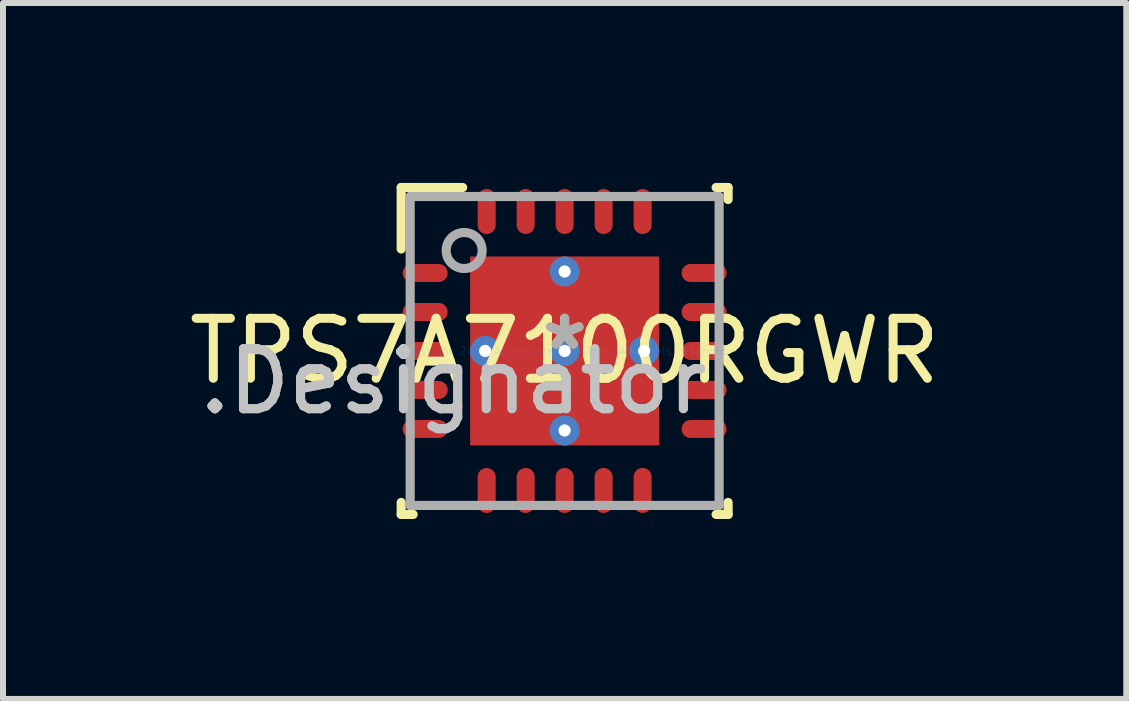
<source format=kicad_pcb>
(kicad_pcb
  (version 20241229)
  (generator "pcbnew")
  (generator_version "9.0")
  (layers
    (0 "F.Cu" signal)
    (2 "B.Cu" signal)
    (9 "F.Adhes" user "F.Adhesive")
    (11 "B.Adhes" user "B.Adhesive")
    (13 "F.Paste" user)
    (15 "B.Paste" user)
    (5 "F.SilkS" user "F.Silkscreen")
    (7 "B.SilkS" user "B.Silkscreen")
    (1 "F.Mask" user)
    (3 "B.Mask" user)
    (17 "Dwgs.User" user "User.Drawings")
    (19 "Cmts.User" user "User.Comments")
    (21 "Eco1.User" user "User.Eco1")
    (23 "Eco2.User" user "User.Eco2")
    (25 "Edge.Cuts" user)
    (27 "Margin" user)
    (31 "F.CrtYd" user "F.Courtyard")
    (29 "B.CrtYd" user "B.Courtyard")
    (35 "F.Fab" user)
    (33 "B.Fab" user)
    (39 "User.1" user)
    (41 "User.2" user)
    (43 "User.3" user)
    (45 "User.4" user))
  (footprint "TPS7A7100RGWR"
    (layer "F.Cu")
    (at 6.363 2.801)
    (property "Reference" "TPS7A7100RGWR" (at 0 0 0) (layer "F.SilkS") (effects (font (size 1 1) (thickness 0.15))))
    (attr through_hole)
    (fp_line (start -2.725 -2.725) (end -1.7 -2.725) (stroke (width 0.152) (type solid)) (layer "F.SilkS"))
    (fp_line (start -2.725 -1.7) (end -2.725 -2.725) (stroke (width 0.152) (type solid)) (layer "F.SilkS"))
    (fp_line (start -2.725 2.725) (end -2.725 2.525) (stroke (width 0.152) (type solid)) (layer "F.SilkS"))
    (fp_line (start -2.725 2.725) (end -2.525 2.725) (stroke (width 0.152) (type solid)) (layer "F.SilkS"))
    (fp_line (start 2.525 -2.725) (end 2.725 -2.725) (stroke (width 0.152) (type solid)) (layer "F.SilkS"))
    (fp_line (start 2.525 2.725) (end 2.725 2.725) (stroke (width 0.152) (type solid)) (layer "F.SilkS"))
    (fp_line (start 2.725 -2.525) (end 2.725 -2.725) (stroke (width 0.152) (type solid)) (layer "F.SilkS"))
    (fp_line (start 2.725 2.725) (end 2.725 2.525) (stroke (width 0.152) (type solid)) (layer "F.SilkS"))
    (fp_line (start -1.468 -1.468) (end -1.468 -0.1) (stroke (width 0.152) (type solid)) (layer "F.Paste"))
    (fp_line (start -1.468 -0.1) (end -0.1 -0.1) (stroke (width 0.152) (type solid)) (layer "F.Paste"))
    (fp_line (start -1.468 0.1) (end -1.468 1.468) (stroke (width 0.152) (type solid)) (layer "F.Paste"))
    (fp_line (start -1.468 1.468) (end -0.1 1.468) (stroke (width 0.152) (type solid)) (layer "F.Paste"))
    (fp_line (start -0.1 -1.468) (end -1.468 -1.468) (stroke (width 0.152) (type solid)) (layer "F.Paste"))
    (fp_line (start -0.1 -0.1) (end -0.1 -1.468) (stroke (width 0.152) (type solid)) (layer "F.Paste"))
    (fp_line (start -0.1 0.1) (end -1.468 0.1) (stroke (width 0.152) (type solid)) (layer "F.Paste"))
    (fp_line (start -0.1 1.468) (end -0.1 0.1) (stroke (width 0.152) (type solid)) (layer "F.Paste"))
    (fp_line (start 0.1 -1.468) (end 0.1 -0.1) (stroke (width 0.152) (type solid)) (layer "F.Paste"))
    (fp_line (start 0.1 -0.1) (end 1.468 -0.1) (stroke (width 0.152) (type solid)) (layer "F.Paste"))
    (fp_line (start 0.1 0.1) (end 0.1 1.468) (stroke (width 0.152) (type solid)) (layer "F.Paste"))
    (fp_line (start 0.1 1.468) (end 1.468 1.468) (stroke (width 0.152) (type solid)) (layer "F.Paste"))
    (fp_line (start 1.468 -1.468) (end 0.1 -1.468) (stroke (width 0.152) (type solid)) (layer "F.Paste"))
    (fp_line (start 1.468 -0.1) (end 1.468 -1.468) (stroke (width 0.152) (type solid)) (layer "F.Paste"))
    (fp_line (start 1.468 0.1) (end 0.1 0.1) (stroke (width 0.152) (type solid)) (layer "F.Paste"))
    (fp_line (start 1.468 1.468) (end 1.468 0.1) (stroke (width 0.152) (type solid)) (layer "F.Paste"))
    (fp_line (start -2.575 -2.575) (end 2.575 -2.575) (stroke (width 0.152) (type solid)) (layer "F.Fab"))
    (fp_line (start -2.575 2.575) (end -2.575 -2.575) (stroke (width 0.152) (type solid)) (layer "F.Fab"))
    (fp_line (start -2.575 2.575) (end 2.575 2.575) (stroke (width 0.152) (type solid)) (layer "F.Fab"))
    (fp_line (start 2.575 2.575) (end 2.575 -2.575) (stroke (width 0.152) (type solid)) (layer "F.Fab"))
    (fp_circle (center -1.675 -1.675) (end -1.375 -1.675) (stroke (width 0.152) (type solid)) (fill no) (layer "F.Fab"))
    (fp_text user "*" (at 0 0 0) (layer "F.SilkS") (effects (font (size 1 1) (thickness 0.15))))
    (fp_text user ".Designator" (at -1.854 0.508 0) (layer "Dwgs.User") (effects (font (size 1 1) (thickness 0.15))))
    (fp_text user "Copyright 2016 Accelerated Designs. All rights reserved." (at 0 0 0) (layer "Cmts.User") (effects (font (size 0.127 0.127) (thickness 0.002))))
    (fp_text user "*" (at 0 0 0) (layer "F.Fab") (effects (font (size 1 1) (thickness 0.15))))
    (fp_text user ".Designator" (at -1.854 0.508 0) (layer "F.Fab") (effects (font (size 1 1) (thickness 0.15))))
    (pad "1" smd oval (at -2.325 -1.3 90) (size 0.3 0.75) (layers "F.Cu" "F.Mask" "F.Paste"))
    (pad "2" smd oval (at -2.325 -0.65 90) (size 0.3 0.75) (layers "F.Cu" "F.Mask" "F.Paste"))
    (pad "3" smd oval (at -2.325 0 90) (size 0.3 0.75) (layers "F.Cu" "F.Mask" "F.Paste"))
    (pad "4" smd oval (at -2.325 0.65 90) (size 0.3 0.75) (layers "F.Cu" "F.Mask" "F.Paste"))
    (pad "5" smd oval (at -2.325 1.3 90) (size 0.3 0.75) (layers "F.Cu" "F.Mask" "F.Paste"))
    (pad "6" smd oval (at -1.3 2.325) (size 0.3 0.75) (layers "F.Cu" "F.Mask" "F.Paste"))
    (pad "7" smd oval (at -0.65 2.325) (size 0.3 0.75) (layers "F.Cu" "F.Mask" "F.Paste"))
    (pad "8" smd oval (at 0 2.325) (size 0.3 0.75) (layers "F.Cu" "F.Mask" "F.Paste"))
    (pad "9" smd oval (at 0.65 2.325) (size 0.3 0.75) (layers "F.Cu" "F.Mask" "F.Paste"))
    (pad "10" smd oval (at 1.3 2.325) (size 0.3 0.75) (layers "F.Cu" "F.Mask" "F.Paste"))
    (pad "11" smd oval (at 2.325 1.3 90) (size 0.3 0.75) (layers "F.Cu" "F.Mask" "F.Paste"))
    (pad "12" smd oval (at 2.325 0.65 90) (size 0.3 0.75) (layers "F.Cu" "F.Mask" "F.Paste"))
    (pad "13" smd oval (at 2.325 0 90) (size 0.3 0.75) (layers "F.Cu" "F.Mask" "F.Paste"))
    (pad "14" smd oval (at 2.325 -0.65 90) (size 0.3 0.75) (layers "F.Cu" "F.Mask" "F.Paste"))
    (pad "15" smd oval (at 2.325 -1.3 90) (size 0.3 0.75) (layers "F.Cu" "F.Mask" "F.Paste"))
    (pad "16" smd oval (at 1.3 -2.325) (size 0.3 0.75) (layers "F.Cu" "F.Mask" "F.Paste"))
    (pad "17" smd oval (at 0.65 -2.325) (size 0.3 0.75) (layers "F.Cu" "F.Mask" "F.Paste"))
    (pad "18" smd oval (at 0 -2.325) (size 0.3 0.75) (layers "F.Cu" "F.Mask" "F.Paste"))
    (pad "19" smd oval (at -0.65 -2.325) (size 0.3 0.75) (layers "F.Cu" "F.Mask" "F.Paste"))
    (pad "20" smd oval (at -1.3 -2.325) (size 0.3 0.75) (layers "F.Cu" "F.Mask" "F.Paste"))
    (pad "21" smd rect (at 0 0) (size 3.15 3.15) (layers "F.Cu" "F.Mask" "F.Paste"))
    (pad "V" thru_hole circle (at -1.325 0) (size 0.5 0.5) (drill 0.203) (layers "*.Cu" "*.Mask"))
    (pad "V" thru_hole circle (at 0 -1.325) (size 0.5 0.5) (drill 0.203) (layers "*.Cu" "*.Mask"))
    (pad "V" thru_hole circle (at 0 0) (size 0.5 0.5) (drill 0.203) (layers "*.Cu" "*.Mask"))
    (pad "V" thru_hole circle (at 0 1.325) (size 0.5 0.5) (drill 0.203) (layers "*.Cu" "*.Mask"))
    (pad "V" thru_hole circle (at 1.325 0) (size 0.5 0.5) (drill 0.203) (layers "*.Cu" "*.Mask")))
  (gr_rect
    (start -3 -3)
    (end 15.726 8.602)
    (stroke (width 0.1) (type default))
    (fill no)
    (layer "Edge.Cuts")))
</source>
